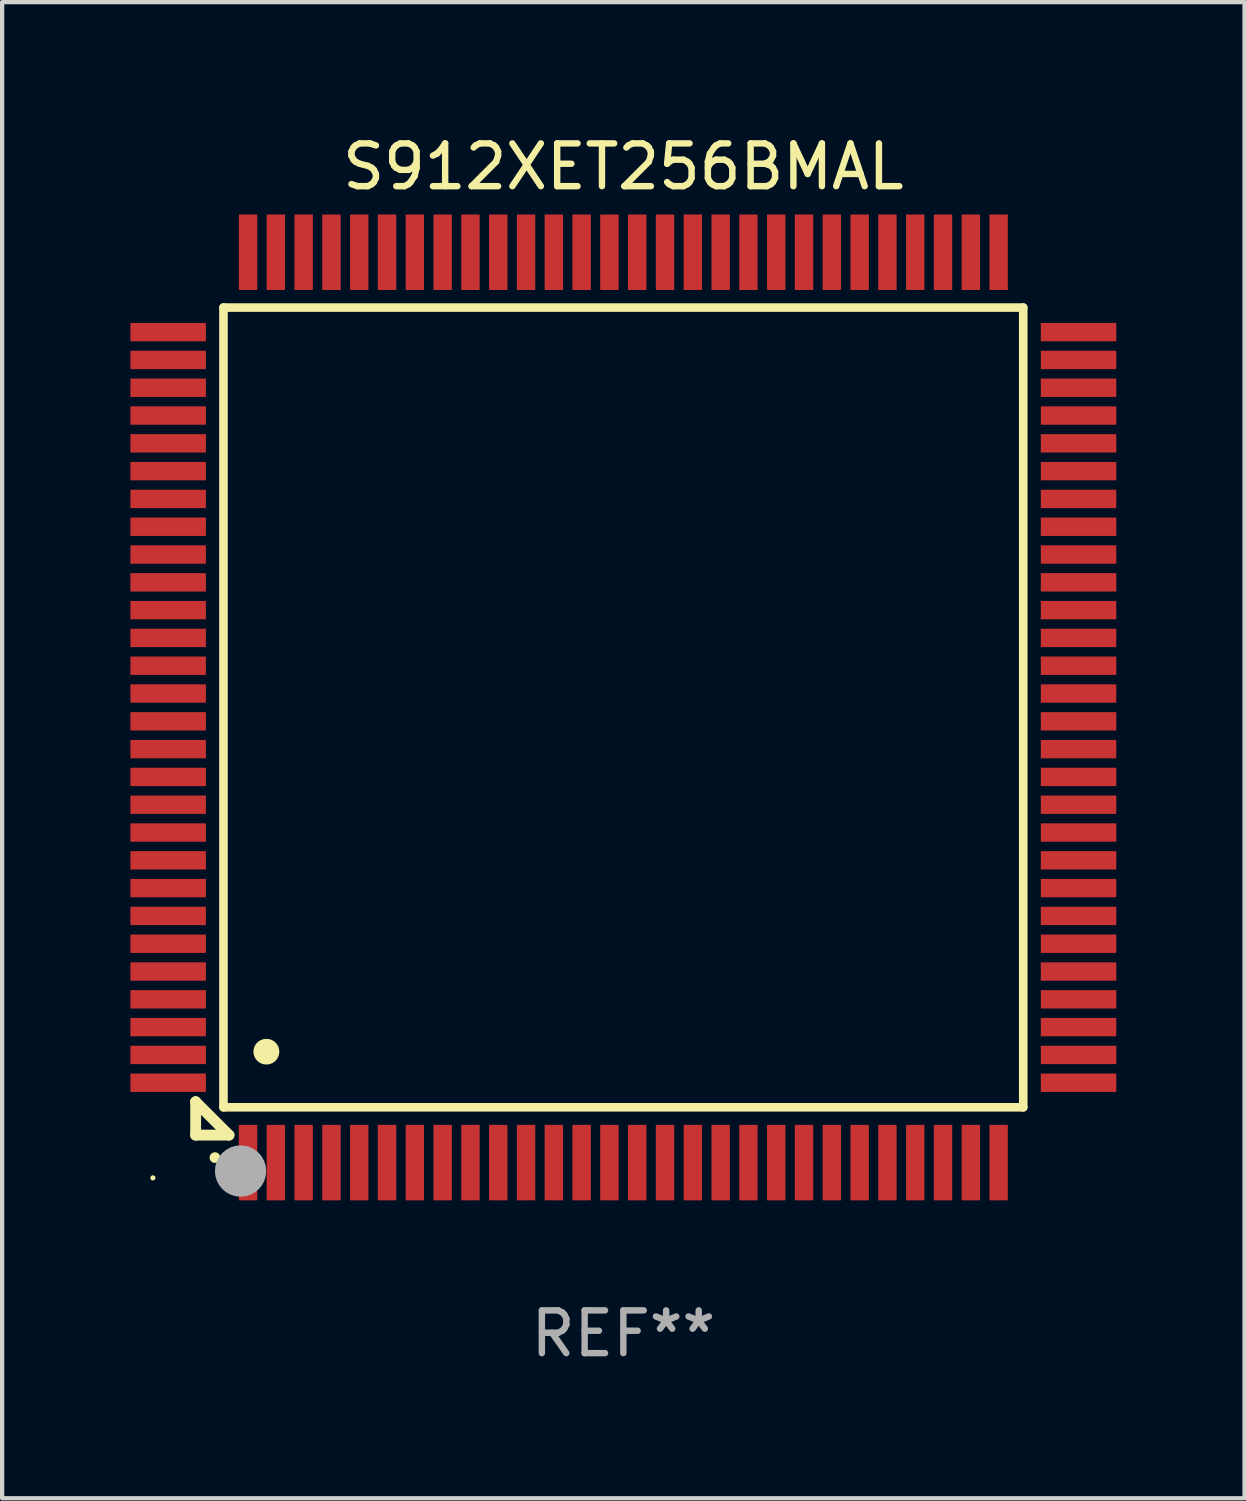
<source format=kicad_pcb>
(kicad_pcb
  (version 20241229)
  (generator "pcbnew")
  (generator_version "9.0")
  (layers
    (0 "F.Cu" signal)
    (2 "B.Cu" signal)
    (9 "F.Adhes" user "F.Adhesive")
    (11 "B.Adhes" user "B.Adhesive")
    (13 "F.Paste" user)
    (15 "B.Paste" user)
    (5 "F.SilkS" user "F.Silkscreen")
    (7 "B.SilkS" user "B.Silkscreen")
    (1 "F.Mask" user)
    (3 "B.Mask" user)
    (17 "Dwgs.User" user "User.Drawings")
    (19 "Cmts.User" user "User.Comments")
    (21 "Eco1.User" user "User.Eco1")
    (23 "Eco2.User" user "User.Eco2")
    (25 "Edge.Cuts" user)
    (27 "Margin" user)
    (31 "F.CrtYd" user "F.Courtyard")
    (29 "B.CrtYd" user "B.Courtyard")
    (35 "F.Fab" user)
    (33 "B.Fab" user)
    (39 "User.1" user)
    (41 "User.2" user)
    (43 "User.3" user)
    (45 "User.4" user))
  (footprint "S912XET256BMAL"
    (layer "F.Cu")
    (at 11.525 13.491)
    (property "Reference" "S912XET256BMAL" (at 0 -12.643 0) (layer "F.SilkS") (effects (font (size 1 1) (thickness 0.15))))
    (attr through_hole)
    (fp_line (start -10 9.221) (end -10 9.221) (stroke (width 0.254) (type solid)) (layer "F.SilkS"))
    (fp_line (start -10 9.221) (end -10 10) (stroke (width 0.254) (type solid)) (layer "F.SilkS"))
    (fp_line (start -10 9.221) (end -9.221 10) (stroke (width 0.254) (type solid)) (layer "F.SilkS"))
    (fp_line (start -10 10) (end -9.221 10) (stroke (width 0.254) (type solid)) (layer "F.SilkS"))
    (fp_line (start -9.35 -9.35) (end -9.35 9.35) (stroke (width 0.201) (type solid)) (layer "F.SilkS"))
    (fp_line (start -9.35 9.35) (end 9.35 9.35) (stroke (width 0.201) (type solid)) (layer "F.SilkS"))
    (fp_line (start 9.35 -9.35) (end -9.35 -9.35) (stroke (width 0.201) (type solid)) (layer "F.SilkS"))
    (fp_line (start 9.35 9.35) (end 9.35 -9.35) (stroke (width 0.201) (type solid)) (layer "F.SilkS"))
    (fp_arc (start -9.550546 10.525832) (mid -9.549276 10.525826) (end -9.548006 10.525832) (stroke (width 0.24892) (type solid)) (layer "F.SilkS"))
    (fp_arc (start -8.349124 8.049327) (mid -8.346584 8.049316) (end -8.344044 8.049327) (stroke (width 0.599441) (type solid)) (layer "F.SilkS"))
    (fp_circle (center -11 11) (end -10.97 11) (stroke (width 0.06) (type solid)) (fill no) (layer "F.SilkS"))
    (fp_circle (center -8.95 10.84) (end -8.65 10.84) (stroke (width 0.6) (type solid)) (fill no) (layer "F.Fab"))
    (fp_text user "REF**" (at 0 14.643 0) (layer "F.Fab") (effects (font (size 1 1) (thickness 0.15))))
    (pad "1" smd rect (at -8.775 10.643) (size 0.43 1.765) (layers "F.Cu" "F.Mask" "F.Paste"))
    (pad "2" smd rect (at -8.125 10.643) (size 0.43 1.765) (layers "F.Cu" "F.Mask" "F.Paste"))
    (pad "3" smd rect (at -7.475 10.643) (size 0.43 1.765) (layers "F.Cu" "F.Mask" "F.Paste"))
    (pad "4" smd rect (at -6.825 10.643) (size 0.43 1.765) (layers "F.Cu" "F.Mask" "F.Paste"))
    (pad "5" smd rect (at -6.175 10.643) (size 0.43 1.765) (layers "F.Cu" "F.Mask" "F.Paste"))
    (pad "6" smd rect (at -5.525 10.643) (size 0.43 1.765) (layers "F.Cu" "F.Mask" "F.Paste"))
    (pad "7" smd rect (at -4.875 10.643) (size 0.43 1.765) (layers "F.Cu" "F.Mask" "F.Paste"))
    (pad "8" smd rect (at -4.225 10.643) (size 0.43 1.765) (layers "F.Cu" "F.Mask" "F.Paste"))
    (pad "9" smd rect (at -3.575 10.643) (size 0.43 1.765) (layers "F.Cu" "F.Mask" "F.Paste"))
    (pad "10" smd rect (at -2.925 10.643) (size 0.43 1.765) (layers "F.Cu" "F.Mask" "F.Paste"))
    (pad "11" smd rect (at -2.275 10.643) (size 0.43 1.765) (layers "F.Cu" "F.Mask" "F.Paste"))
    (pad "12" smd rect (at -1.625 10.643) (size 0.43 1.765) (layers "F.Cu" "F.Mask" "F.Paste"))
    (pad "13" smd rect (at -0.975 10.643) (size 0.43 1.765) (layers "F.Cu" "F.Mask" "F.Paste"))
    (pad "14" smd rect (at -0.325 10.643) (size 0.43 1.765) (layers "F.Cu" "F.Mask" "F.Paste"))
    (pad "15" smd rect (at 0.325 10.643) (size 0.43 1.765) (layers "F.Cu" "F.Mask" "F.Paste"))
    (pad "16" smd rect (at 0.975 10.643) (size 0.43 1.765) (layers "F.Cu" "F.Mask" "F.Paste"))
    (pad "17" smd rect (at 1.625 10.643) (size 0.43 1.765) (layers "F.Cu" "F.Mask" "F.Paste"))
    (pad "18" smd rect (at 2.275 10.643) (size 0.43 1.765) (layers "F.Cu" "F.Mask" "F.Paste"))
    (pad "19" smd rect (at 2.925 10.643) (size 0.43 1.765) (layers "F.Cu" "F.Mask" "F.Paste"))
    (pad "20" smd rect (at 3.575 10.643) (size 0.43 1.765) (layers "F.Cu" "F.Mask" "F.Paste"))
    (pad "21" smd rect (at 4.225 10.643) (size 0.43 1.765) (layers "F.Cu" "F.Mask" "F.Paste"))
    (pad "22" smd rect (at 4.875 10.643) (size 0.43 1.765) (layers "F.Cu" "F.Mask" "F.Paste"))
    (pad "23" smd rect (at 5.525 10.643) (size 0.43 1.765) (layers "F.Cu" "F.Mask" "F.Paste"))
    (pad "24" smd rect (at 6.175 10.643) (size 0.43 1.765) (layers "F.Cu" "F.Mask" "F.Paste"))
    (pad "25" smd rect (at 6.825 10.643) (size 0.43 1.765) (layers "F.Cu" "F.Mask" "F.Paste"))
    (pad "26" smd rect (at 7.475 10.643) (size 0.43 1.765) (layers "F.Cu" "F.Mask" "F.Paste"))
    (pad "27" smd rect (at 8.125 10.643) (size 0.43 1.765) (layers "F.Cu" "F.Mask" "F.Paste"))
    (pad "28" smd rect (at 8.775 10.643) (size 0.43 1.765) (layers "F.Cu" "F.Mask" "F.Paste"))
    (pad "29" smd rect (at 10.643 8.775) (size 1.765 0.43) (layers "F.Cu" "F.Mask" "F.Paste"))
    (pad "30" smd rect (at 10.643 8.125) (size 1.765 0.43) (layers "F.Cu" "F.Mask" "F.Paste"))
    (pad "31" smd rect (at 10.643 7.475) (size 1.765 0.43) (layers "F.Cu" "F.Mask" "F.Paste"))
    (pad "32" smd rect (at 10.643 6.825) (size 1.765 0.43) (layers "F.Cu" "F.Mask" "F.Paste"))
    (pad "33" smd rect (at 10.643 6.175) (size 1.765 0.43) (layers "F.Cu" "F.Mask" "F.Paste"))
    (pad "34" smd rect (at 10.643 5.525) (size 1.765 0.43) (layers "F.Cu" "F.Mask" "F.Paste"))
    (pad "35" smd rect (at 10.643 4.875) (size 1.765 0.43) (layers "F.Cu" "F.Mask" "F.Paste"))
    (pad "36" smd rect (at 10.643 4.225) (size 1.765 0.43) (layers "F.Cu" "F.Mask" "F.Paste"))
    (pad "37" smd rect (at 10.643 3.575) (size 1.765 0.43) (layers "F.Cu" "F.Mask" "F.Paste"))
    (pad "38" smd rect (at 10.643 2.925) (size 1.765 0.43) (layers "F.Cu" "F.Mask" "F.Paste"))
    (pad "39" smd rect (at 10.643 2.275) (size 1.765 0.43) (layers "F.Cu" "F.Mask" "F.Paste"))
    (pad "40" smd rect (at 10.643 1.625) (size 1.765 0.43) (layers "F.Cu" "F.Mask" "F.Paste"))
    (pad "41" smd rect (at 10.643 0.975) (size 1.765 0.43) (layers "F.Cu" "F.Mask" "F.Paste"))
    (pad "42" smd rect (at 10.643 0.325) (size 1.765 0.43) (layers "F.Cu" "F.Mask" "F.Paste"))
    (pad "43" smd rect (at 10.643 -0.325) (size 1.765 0.43) (layers "F.Cu" "F.Mask" "F.Paste"))
    (pad "44" smd rect (at 10.643 -0.975) (size 1.765 0.43) (layers "F.Cu" "F.Mask" "F.Paste"))
    (pad "45" smd rect (at 10.643 -1.625) (size 1.765 0.43) (layers "F.Cu" "F.Mask" "F.Paste"))
    (pad "46" smd rect (at 10.643 -2.275) (size 1.765 0.43) (layers "F.Cu" "F.Mask" "F.Paste"))
    (pad "47" smd rect (at 10.643 -2.925) (size 1.765 0.43) (layers "F.Cu" "F.Mask" "F.Paste"))
    (pad "48" smd rect (at 10.643 -3.575) (size 1.765 0.43) (layers "F.Cu" "F.Mask" "F.Paste"))
    (pad "49" smd rect (at 10.643 -4.225) (size 1.765 0.43) (layers "F.Cu" "F.Mask" "F.Paste"))
    (pad "50" smd rect (at 10.643 -4.875) (size 1.765 0.43) (layers "F.Cu" "F.Mask" "F.Paste"))
    (pad "51" smd rect (at 10.643 -5.525) (size 1.765 0.43) (layers "F.Cu" "F.Mask" "F.Paste"))
    (pad "52" smd rect (at 10.643 -6.175) (size 1.765 0.43) (layers "F.Cu" "F.Mask" "F.Paste"))
    (pad "53" smd rect (at 10.643 -6.825) (size 1.765 0.43) (layers "F.Cu" "F.Mask" "F.Paste"))
    (pad "54" smd rect (at 10.643 -7.475) (size 1.765 0.43) (layers "F.Cu" "F.Mask" "F.Paste"))
    (pad "55" smd rect (at 10.643 -8.125) (size 1.765 0.43) (layers "F.Cu" "F.Mask" "F.Paste"))
    (pad "56" smd rect (at 10.643 -8.775) (size 1.765 0.43) (layers "F.Cu" "F.Mask" "F.Paste"))
    (pad "57" smd rect (at 8.775 -10.643) (size 0.43 1.765) (layers "F.Cu" "F.Mask" "F.Paste"))
    (pad "58" smd rect (at 8.125 -10.643) (size 0.43 1.765) (layers "F.Cu" "F.Mask" "F.Paste"))
    (pad "59" smd rect (at 7.475 -10.643) (size 0.43 1.765) (layers "F.Cu" "F.Mask" "F.Paste"))
    (pad "60" smd rect (at 6.825 -10.643) (size 0.43 1.765) (layers "F.Cu" "F.Mask" "F.Paste"))
    (pad "61" smd rect (at 6.175 -10.643) (size 0.43 1.765) (layers "F.Cu" "F.Mask" "F.Paste"))
    (pad "62" smd rect (at 5.525 -10.643) (size 0.43 1.765) (layers "F.Cu" "F.Mask" "F.Paste"))
    (pad "63" smd rect (at 4.875 -10.643) (size 0.43 1.765) (layers "F.Cu" "F.Mask" "F.Paste"))
    (pad "64" smd rect (at 4.225 -10.643) (size 0.43 1.765) (layers "F.Cu" "F.Mask" "F.Paste"))
    (pad "65" smd rect (at 3.575 -10.643) (size 0.43 1.765) (layers "F.Cu" "F.Mask" "F.Paste"))
    (pad "66" smd rect (at 2.925 -10.643) (size 0.43 1.765) (layers "F.Cu" "F.Mask" "F.Paste"))
    (pad "67" smd rect (at 2.275 -10.643) (size 0.43 1.765) (layers "F.Cu" "F.Mask" "F.Paste"))
    (pad "68" smd rect (at 1.625 -10.643) (size 0.43 1.765) (layers "F.Cu" "F.Mask" "F.Paste"))
    (pad "69" smd rect (at 0.975 -10.643) (size 0.43 1.765) (layers "F.Cu" "F.Mask" "F.Paste"))
    (pad "70" smd rect (at 0.325 -10.643) (size 0.43 1.765) (layers "F.Cu" "F.Mask" "F.Paste"))
    (pad "71" smd rect (at -0.325 -10.643) (size 0.43 1.765) (layers "F.Cu" "F.Mask" "F.Paste"))
    (pad "72" smd rect (at -0.975 -10.643) (size 0.43 1.765) (layers "F.Cu" "F.Mask" "F.Paste"))
    (pad "73" smd rect (at -1.625 -10.643) (size 0.43 1.765) (layers "F.Cu" "F.Mask" "F.Paste"))
    (pad "74" smd rect (at -2.275 -10.643) (size 0.43 1.765) (layers "F.Cu" "F.Mask" "F.Paste"))
    (pad "75" smd rect (at -2.925 -10.643) (size 0.43 1.765) (layers "F.Cu" "F.Mask" "F.Paste"))
    (pad "76" smd rect (at -3.575 -10.643) (size 0.43 1.765) (layers "F.Cu" "F.Mask" "F.Paste"))
    (pad "77" smd rect (at -4.225 -10.643) (size 0.43 1.765) (layers "F.Cu" "F.Mask" "F.Paste"))
    (pad "78" smd rect (at -4.875 -10.643) (size 0.43 1.765) (layers "F.Cu" "F.Mask" "F.Paste"))
    (pad "79" smd rect (at -5.525 -10.643) (size 0.43 1.765) (layers "F.Cu" "F.Mask" "F.Paste"))
    (pad "80" smd rect (at -6.175 -10.643) (size 0.43 1.765) (layers "F.Cu" "F.Mask" "F.Paste"))
    (pad "81" smd rect (at -6.825 -10.643) (size 0.43 1.765) (layers "F.Cu" "F.Mask" "F.Paste"))
    (pad "82" smd rect (at -7.475 -10.643) (size 0.43 1.765) (layers "F.Cu" "F.Mask" "F.Paste"))
    (pad "83" smd rect (at -8.125 -10.643) (size 0.43 1.765) (layers "F.Cu" "F.Mask" "F.Paste"))
    (pad "84" smd rect (at -8.775 -10.643) (size 0.43 1.765) (layers "F.Cu" "F.Mask" "F.Paste"))
    (pad "85" smd rect (at -10.643 -8.775) (size 1.765 0.43) (layers "F.Cu" "F.Mask" "F.Paste"))
    (pad "86" smd rect (at -10.643 -8.125) (size 1.765 0.43) (layers "F.Cu" "F.Mask" "F.Paste"))
    (pad "87" smd rect (at -10.643 -7.475) (size 1.765 0.43) (layers "F.Cu" "F.Mask" "F.Paste"))
    (pad "88" smd rect (at -10.643 -6.825) (size 1.765 0.43) (layers "F.Cu" "F.Mask" "F.Paste"))
    (pad "89" smd rect (at -10.643 -6.175) (size 1.765 0.43) (layers "F.Cu" "F.Mask" "F.Paste"))
    (pad "90" smd rect (at -10.643 -5.525) (size 1.765 0.43) (layers "F.Cu" "F.Mask" "F.Paste"))
    (pad "91" smd rect (at -10.643 -4.875) (size 1.765 0.43) (layers "F.Cu" "F.Mask" "F.Paste"))
    (pad "92" smd rect (at -10.643 -4.225) (size 1.765 0.43) (layers "F.Cu" "F.Mask" "F.Paste"))
    (pad "93" smd rect (at -10.643 -3.575) (size 1.765 0.43) (layers "F.Cu" "F.Mask" "F.Paste"))
    (pad "94" smd rect (at -10.643 -2.925) (size 1.765 0.43) (layers "F.Cu" "F.Mask" "F.Paste"))
    (pad "95" smd rect (at -10.643 -2.275) (size 1.765 0.43) (layers "F.Cu" "F.Mask" "F.Paste"))
    (pad "96" smd rect (at -10.643 -1.625) (size 1.765 0.43) (layers "F.Cu" "F.Mask" "F.Paste"))
    (pad "97" smd rect (at -10.643 -0.975) (size 1.765 0.43) (layers "F.Cu" "F.Mask" "F.Paste"))
    (pad "98" smd rect (at -10.643 -0.325) (size 1.765 0.43) (layers "F.Cu" "F.Mask" "F.Paste"))
    (pad "99" smd rect (at -10.643 0.325) (size 1.765 0.43) (layers "F.Cu" "F.Mask" "F.Paste"))
    (pad "100" smd rect (at -10.643 0.975) (size 1.765 0.43) (layers "F.Cu" "F.Mask" "F.Paste"))
    (pad "101" smd rect (at -10.643 1.625) (size 1.765 0.43) (layers "F.Cu" "F.Mask" "F.Paste"))
    (pad "102" smd rect (at -10.643 2.275) (size 1.765 0.43) (layers "F.Cu" "F.Mask" "F.Paste"))
    (pad "103" smd rect (at -10.643 2.925) (size 1.765 0.43) (layers "F.Cu" "F.Mask" "F.Paste"))
    (pad "104" smd rect (at -10.643 3.575) (size 1.765 0.43) (layers "F.Cu" "F.Mask" "F.Paste"))
    (pad "105" smd rect (at -10.643 4.225) (size 1.765 0.43) (layers "F.Cu" "F.Mask" "F.Paste"))
    (pad "106" smd rect (at -10.643 4.875) (size 1.765 0.43) (layers "F.Cu" "F.Mask" "F.Paste"))
    (pad "107" smd rect (at -10.643 5.525) (size 1.765 0.43) (layers "F.Cu" "F.Mask" "F.Paste"))
    (pad "108" smd rect (at -10.643 6.175) (size 1.765 0.43) (layers "F.Cu" "F.Mask" "F.Paste"))
    (pad "109" smd rect (at -10.643 6.825) (size 1.765 0.43) (layers "F.Cu" "F.Mask" "F.Paste"))
    (pad "110" smd rect (at -10.643 7.475) (size 1.765 0.43) (layers "F.Cu" "F.Mask" "F.Paste"))
    (pad "111" smd rect (at -10.643 8.125) (size 1.765 0.43) (layers "F.Cu" "F.Mask" "F.Paste"))
    (pad "112" smd rect (at -10.643 8.775) (size 1.765 0.43) (layers "F.Cu" "F.Mask" "F.Paste")))
  (gr_rect
    (start -3 -3)
    (end 26.05 31.982)
    (stroke (width 0.1) (type default))
    (fill no)
    (layer "Edge.Cuts")))
</source>
